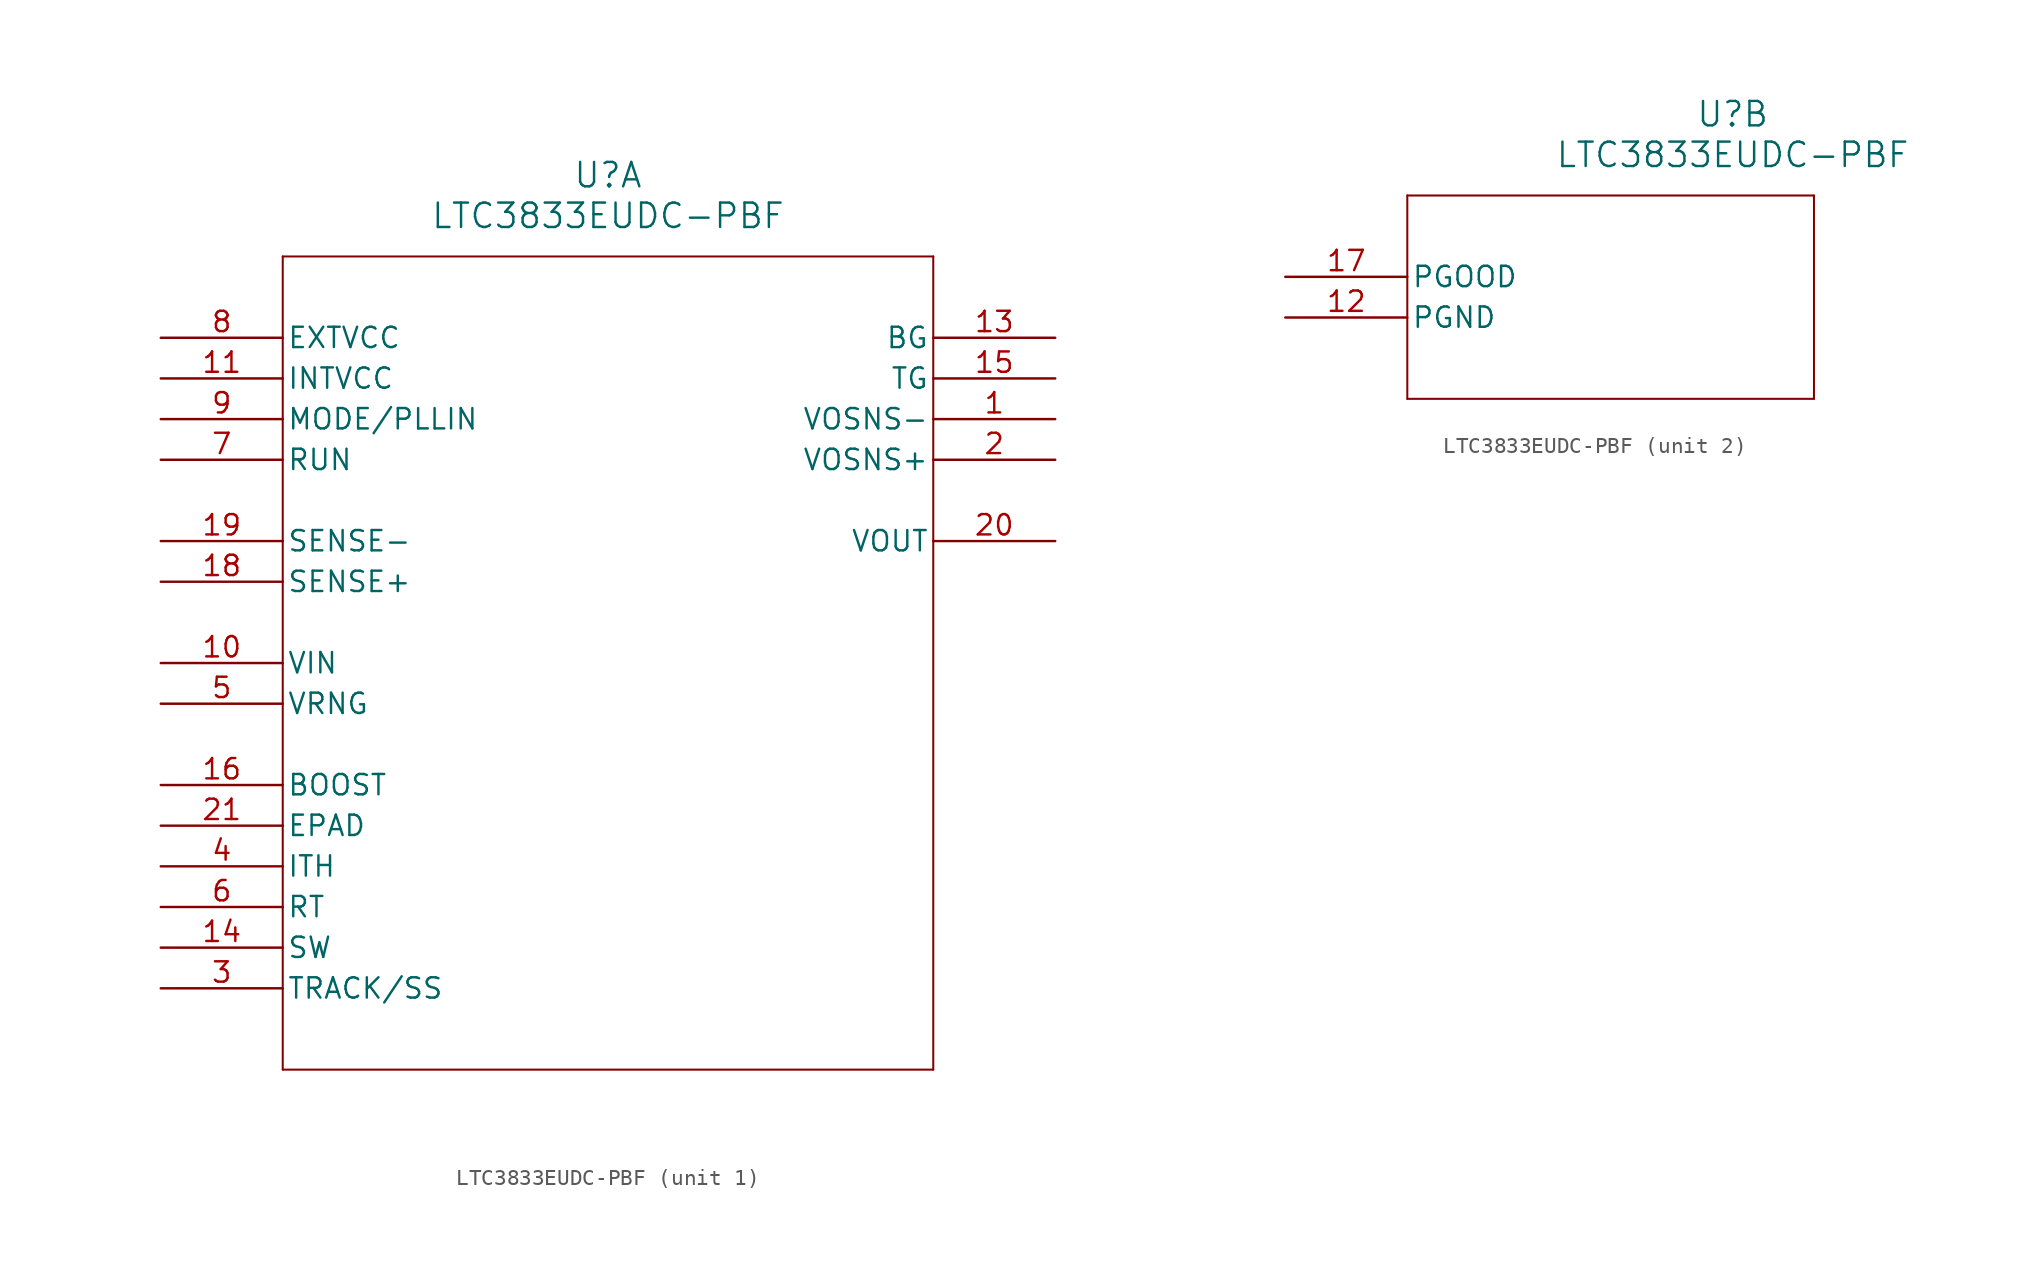
<source format=kicad_sym>
(kicad_symbol_lib
  (version 20211014)
  (generator kicad_symbol_editor)
  (symbol "LTC3833EUDC-PBF"
    (pin_names
      (offset 0.254))
    (property "Reference" "U"
      (at 27.94 10.16 0)
      (effects (font (size 1.524 1.524))))
    (property "Value" "LTC3833EUDC-PBF"
      (at 27.94 7.62 0)
      (effects (font (size 1.524 1.524))))
    (symbol "LTC3833EUDC-PBF_1_1"
      (polyline (pts (xy 7.62 5.08) (xy 7.62 -45.72)) (stroke (width 0.127) (type default) (color 0 0 0 0)) (fill (type none)))
      (polyline (pts (xy 7.62 -45.72) (xy 48.26 -45.72)) (stroke (width 0.127) (type default) (color 0 0 0 0)) (fill (type none)))
      (polyline (pts (xy 48.26 -45.72) (xy 48.26 5.08)) (stroke (width 0.127) (type default) (color 0 0 0 0)) (fill (type none)))
      (polyline (pts (xy 48.26 5.08) (xy 7.62 5.08)) (stroke (width 0.127) (type default) (color 0 0 0 0)) (fill (type none)))
      (pin output line (at 55.88 -5.08 180) (length 7.62) (name "VOSNS-" (effects (font (size 1.27 1.27)))) (number "1" (effects (font (size 1.27 1.27)))))
      (pin output line (at 55.88 -7.62 180) (length 7.62) (name "VOSNS+" (effects (font (size 1.27 1.27)))) (number "2" (effects (font (size 1.27 1.27)))))
      (pin bidirectional line (at 0 -40.64 0) (length 7.62) (name "TRACK/SS" (effects (font (size 1.27 1.27)))) (number "3" (effects (font (size 1.27 1.27)))))
      (pin unspecified line (at 0 -33.02 0) (length 7.62) (name "ITH" (effects (font (size 1.27 1.27)))) (number "4" (effects (font (size 1.27 1.27)))))
      (pin input line (at 0 -22.86 0) (length 7.62) (name "VRNG" (effects (font (size 1.27 1.27)))) (number "5" (effects (font (size 1.27 1.27)))))
      (pin unspecified line (at 0 -35.56 0) (length 7.62) (name "RT" (effects (font (size 1.27 1.27)))) (number "6" (effects (font (size 1.27 1.27)))))
      (pin input line (at 0 -7.62 0) (length 7.62) (name "RUN" (effects (font (size 1.27 1.27)))) (number "7" (effects (font (size 1.27 1.27)))))
      (pin input line (at 0 0 0) (length 7.62) (name "EXTVCC" (effects (font (size 1.27 1.27)))) (number "8" (effects (font (size 1.27 1.27)))))
      (pin input line (at 0 -5.08 0) (length 7.62) (name "MODE/PLLIN" (effects (font (size 1.27 1.27)))) (number "9" (effects (font (size 1.27 1.27)))))
      (pin input line (at 0 -20.32 0) (length 7.62) (name "VIN" (effects (font (size 1.27 1.27)))) (number "10" (effects (font (size 1.27 1.27)))))
      (pin output line (at 0 -2.54 0) (length 7.62) (name "INTVCC" (effects (font (size 1.27 1.27)))) (number "11" (effects (font (size 1.27 1.27)))))
      (pin output line (at 55.88 0 180) (length 7.62) (name "BG" (effects (font (size 1.27 1.27)))) (number "13" (effects (font (size 1.27 1.27)))))
      (pin unspecified line (at 0 -38.1 0) (length 7.62) (name "SW" (effects (font (size 1.27 1.27)))) (number "14" (effects (font (size 1.27 1.27)))))
      (pin output line (at 55.88 -2.54 180) (length 7.62) (name "TG" (effects (font (size 1.27 1.27)))) (number "15" (effects (font (size 1.27 1.27)))))
      (pin unspecified line (at 0 -27.94 0) (length 7.62) (name "BOOST" (effects (font (size 1.27 1.27)))) (number "16" (effects (font (size 1.27 1.27)))))
      (pin input line (at 0 -15.24 0) (length 7.62) (name "SENSE+" (effects (font (size 1.27 1.27)))) (number "18" (effects (font (size 1.27 1.27)))))
      (pin input line (at 0 -12.7 0) (length 7.62) (name "SENSE-" (effects (font (size 1.27 1.27)))) (number "19" (effects (font (size 1.27 1.27)))))
      (pin output line (at 55.88 -12.7 180) (length 7.62) (name "VOUT" (effects (font (size 1.27 1.27)))) (number "20" (effects (font (size 1.27 1.27)))))
      (pin unspecified line (at 0 -30.48 0) (length 7.62) (name "EPAD" (effects (font (size 1.27 1.27)))) (number "21" (effects (font (size 1.27 1.27))))))
    (symbol "LTC3833EUDC-PBF_2_1"
      (polyline (pts (xy 7.62 5.08) (xy 7.62 -7.62)) (stroke (width 0.127) (type default) (color 0 0 0 0)) (fill (type none)))
      (polyline (pts (xy 7.62 -7.62) (xy 33.02 -7.62)) (stroke (width 0.127) (type default) (color 0 0 0 0)) (fill (type none)))
      (polyline (pts (xy 33.02 -7.62) (xy 33.02 5.08)) (stroke (width 0.127) (type default) (color 0 0 0 0)) (fill (type none)))
      (polyline (pts (xy 33.02 5.08) (xy 7.62 5.08)) (stroke (width 0.127) (type default) (color 0 0 0 0)) (fill (type none)))
      (pin power_in line (at 0 -2.54 0) (length 7.62) (name "PGND" (effects (font (size 1.27 1.27)))) (number "12" (effects (font (size 1.27 1.27)))))
      (pin output line (at 0 0 0) (length 7.62) (name "PGOOD" (effects (font (size 1.27 1.27)))) (number "17" (effects (font (size 1.27 1.27))))))))
</source>
